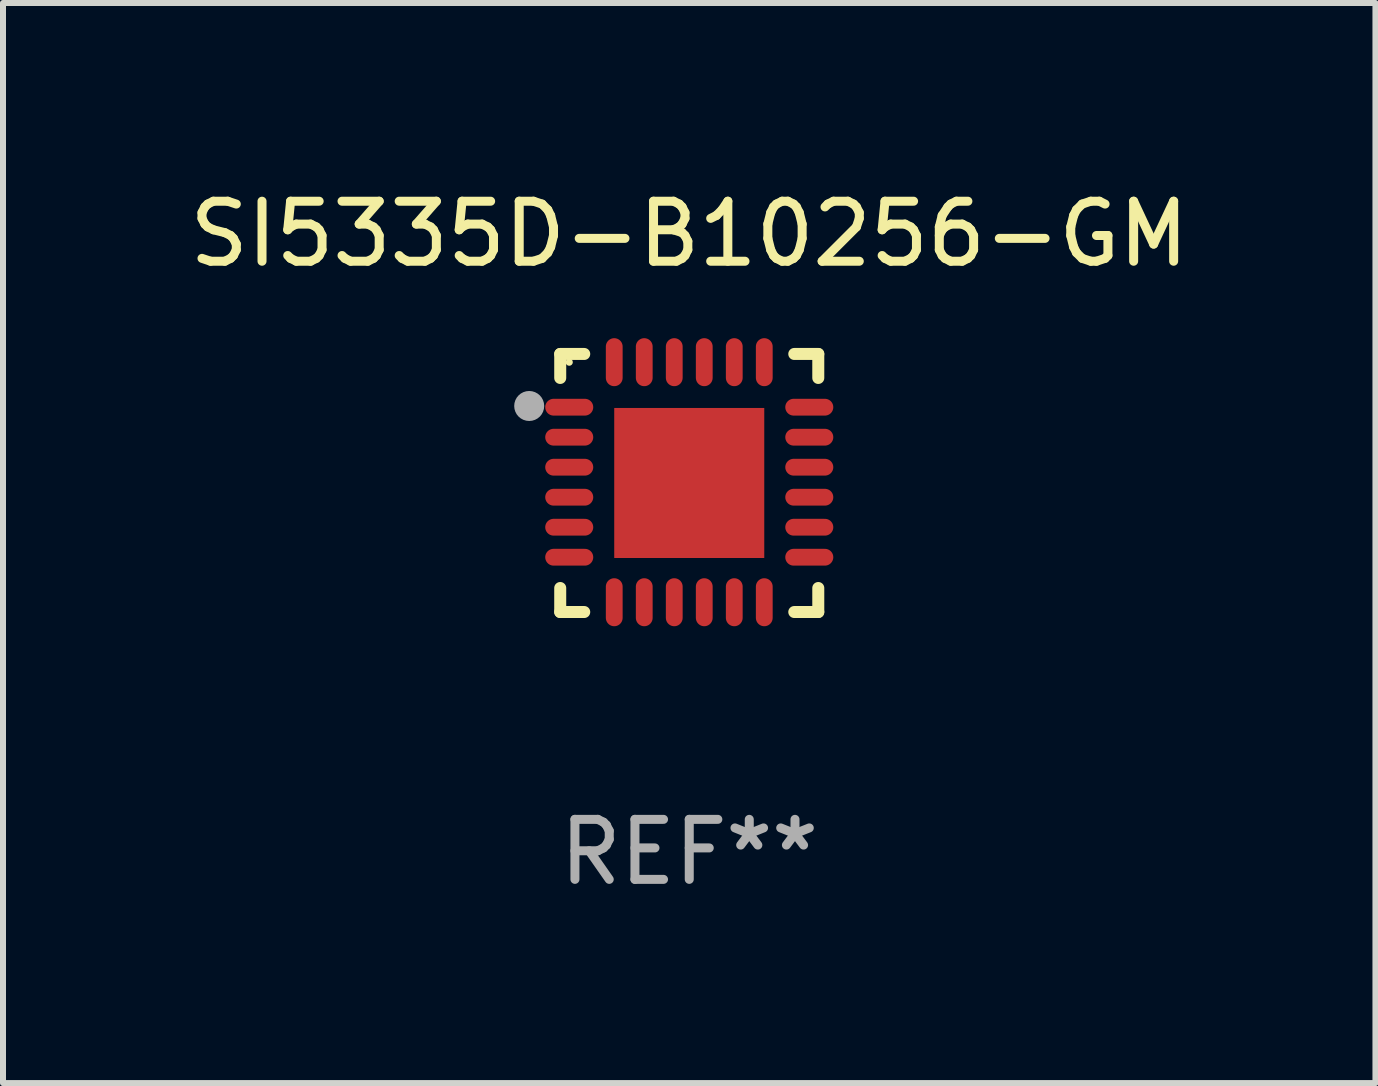
<source format=kicad_pcb>
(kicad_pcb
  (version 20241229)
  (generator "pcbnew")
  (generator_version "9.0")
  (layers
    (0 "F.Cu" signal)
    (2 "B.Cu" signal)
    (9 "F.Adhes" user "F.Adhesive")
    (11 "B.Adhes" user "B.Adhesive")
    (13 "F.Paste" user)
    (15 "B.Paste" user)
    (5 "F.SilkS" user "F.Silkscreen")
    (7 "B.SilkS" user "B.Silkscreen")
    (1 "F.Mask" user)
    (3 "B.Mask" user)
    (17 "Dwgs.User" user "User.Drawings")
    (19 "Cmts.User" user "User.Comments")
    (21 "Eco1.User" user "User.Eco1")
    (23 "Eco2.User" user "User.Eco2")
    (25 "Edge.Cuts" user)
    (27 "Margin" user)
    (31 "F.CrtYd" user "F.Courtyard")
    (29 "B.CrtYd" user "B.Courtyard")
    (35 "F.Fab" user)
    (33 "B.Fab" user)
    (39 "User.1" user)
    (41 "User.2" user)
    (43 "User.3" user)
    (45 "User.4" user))
  (footprint "SI5335D-B10256-GM"
    (layer "F.Cu")
    (at 8.435 4.998)
    (property "Reference" "SI5335D-B10256-GM" (at 0 -4.15 0) (layer "F.SilkS") (effects (font (size 1 1) (thickness 0.15))))
    (attr through_hole)
    (fp_line (start -2.15 -2.15) (end -1.75 -2.15) (stroke (width 0.2) (type solid)) (layer "F.SilkS"))
    (fp_line (start -2.15 -1.75) (end -2.15 -2.15) (stroke (width 0.2) (type solid)) (layer "F.SilkS"))
    (fp_line (start -2.15 2.15) (end -2.15 1.75) (stroke (width 0.2) (type solid)) (layer "F.SilkS"))
    (fp_line (start -1.75 2.15) (end -2.15 2.15) (stroke (width 0.2) (type solid)) (layer "F.SilkS"))
    (fp_line (start 1.75 -2.15) (end 2.15 -2.15) (stroke (width 0.2) (type solid)) (layer "F.SilkS"))
    (fp_line (start 1.75 2.15) (end 2.15 2.15) (stroke (width 0.2) (type solid)) (layer "F.SilkS"))
    (fp_line (start 2.15 -2.15) (end 2.15 -1.75) (stroke (width 0.2) (type solid)) (layer "F.SilkS"))
    (fp_line (start 2.15 2.15) (end 2.15 1.75) (stroke (width 0.2) (type solid)) (layer "F.SilkS"))
    (fp_circle (center -2 -2.013) (end -1.97 -2.013) (stroke (width 0.06) (type solid)) (fill no) (layer "F.SilkS"))
    (fp_circle (center -2.667 -1.283) (end -2.542 -1.283) (stroke (width 0.25) (type solid)) (fill no) (layer "F.Fab"))
    (fp_text user "REF**" (at 0 6.15 0) (layer "F.Fab") (effects (font (size 1 1) (thickness 0.15))))
    (pad "1" smd oval (at -2 -1.263) (size 0.8 0.28) (layers "F.Cu" "F.Mask" "F.Paste"))
    (pad "2" smd oval (at -2 -0.763) (size 0.8 0.28) (layers "F.Cu" "F.Mask" "F.Paste"))
    (pad "3" smd oval (at -2 -0.263) (size 0.8 0.28) (layers "F.Cu" "F.Mask" "F.Paste"))
    (pad "4" smd oval (at -2 0.237) (size 0.8 0.28) (layers "F.Cu" "F.Mask" "F.Paste"))
    (pad "5" smd oval (at -2 0.737) (size 0.8 0.28) (layers "F.Cu" "F.Mask" "F.Paste"))
    (pad "6" smd oval (at -2 1.237) (size 0.8 0.28) (layers "F.Cu" "F.Mask" "F.Paste"))
    (pad "7" smd oval (at -1.25 1.987) (size 0.28 0.8) (layers "F.Cu" "F.Mask" "F.Paste"))
    (pad "8" smd oval (at -0.75 1.987) (size 0.28 0.8) (layers "F.Cu" "F.Mask" "F.Paste"))
    (pad "9" smd oval (at -0.25 1.987) (size 0.28 0.8) (layers "F.Cu" "F.Mask" "F.Paste"))
    (pad "10" smd oval (at 0.25 1.987) (size 0.28 0.8) (layers "F.Cu" "F.Mask" "F.Paste"))
    (pad "11" smd oval (at 0.75 1.987) (size 0.28 0.8) (layers "F.Cu" "F.Mask" "F.Paste"))
    (pad "12" smd oval (at 1.25 1.987) (size 0.28 0.8) (layers "F.Cu" "F.Mask" "F.Paste"))
    (pad "13" smd oval (at 2 1.237) (size 0.8 0.28) (layers "F.Cu" "F.Mask" "F.Paste"))
    (pad "14" smd oval (at 2 0.737) (size 0.8 0.28) (layers "F.Cu" "F.Mask" "F.Paste"))
    (pad "15" smd oval (at 2 0.237) (size 0.8 0.28) (layers "F.Cu" "F.Mask" "F.Paste"))
    (pad "16" smd oval (at 2 -0.263) (size 0.8 0.28) (layers "F.Cu" "F.Mask" "F.Paste"))
    (pad "17" smd oval (at 2 -0.763) (size 0.8 0.28) (layers "F.Cu" "F.Mask" "F.Paste"))
    (pad "18" smd oval (at 2 -1.263) (size 0.8 0.28) (layers "F.Cu" "F.Mask" "F.Paste"))
    (pad "19" smd oval (at 1.25 -2.013) (size 0.28 0.8) (layers "F.Cu" "F.Mask" "F.Paste"))
    (pad "20" smd oval (at 0.75 -2.013) (size 0.28 0.8) (layers "F.Cu" "F.Mask" "F.Paste"))
    (pad "21" smd oval (at 0.25 -2.013) (size 0.28 0.8) (layers "F.Cu" "F.Mask" "F.Paste"))
    (pad "22" smd oval (at -0.25 -2.013) (size 0.28 0.8) (layers "F.Cu" "F.Mask" "F.Paste"))
    (pad "23" smd oval (at -0.75 -2.013) (size 0.28 0.8) (layers "F.Cu" "F.Mask" "F.Paste"))
    (pad "24" smd oval (at -1.25 -2.013) (size 0.28 0.8) (layers "F.Cu" "F.Mask" "F.Paste"))
    (pad "25" smd rect (at -0.000127 -0.00014) (size 2.5 2.5) (layers "F.Cu" "F.Mask" "F.Paste")))
  (gr_rect
    (start -3 -3)
    (end 19.869 14.997)
    (stroke (width 0.1) (type default))
    (fill no)
    (layer "Edge.Cuts")))
</source>
